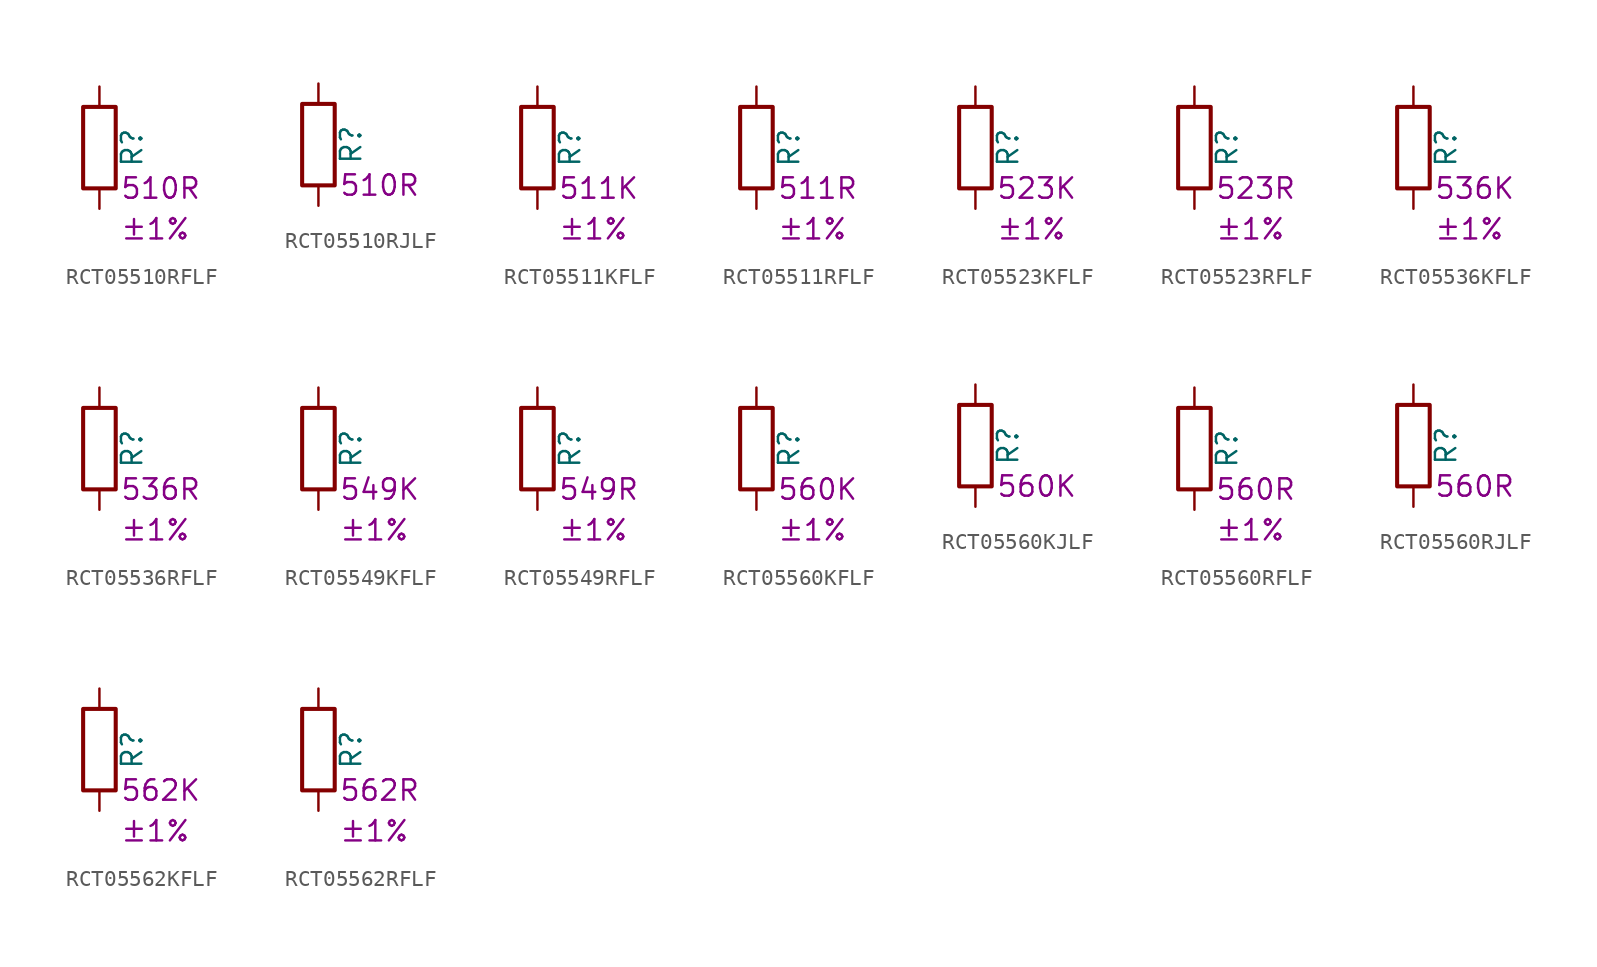
<source format=kicad_sym>
(kicad_symbol_lib
  (version 20220914)
  (generator kicad_symbol_editor)
  (symbol "RCT05510RFLF"
    (pin_numbers hide)
    (pin_names
      (offset 0))
    (property "Reference" "R"
      (at 2.032 0 90)
      (effects (font (size 1.27 1.27))))
    (property "Resistance" "510R"
      (at 1.27 -2.54 0)
      (effects (font (size 1.27 1.27)) (justify left)))
    (property "Tolerance" "±1%"
      (at 1.27 -5.08 0)
      (effects (font (size 1.27 1.27)) (justify left)))
    (symbol "RCT05510RFLF_0_1"
      (rectangle (start -1.016 -2.54) (end 1.016 2.54) (stroke (width 0.254) (type default)) (fill (type none))))
    (symbol "RCT05510RFLF_1_1"
      (pin passive line (at 0 3.81 270) (length 1.27) (name "~" (effects (font (size 1.27 1.27)))) (number "1" (effects (font (size 1.27 1.27)))))
      (pin passive line (at 0 -3.81 90) (length 1.27) (name "~" (effects (font (size 1.27 1.27)))) (number "2" (effects (font (size 1.27 1.27)))))))
  (symbol "RCT05510RJLF"
    (pin_numbers hide)
    (pin_names
      (offset 0))
    (property "Reference" "R"
      (at 2.032 0 90)
      (effects (font (size 1.27 1.27))))
    (property "Resistance" "510R"
      (at 1.27 -2.54 0)
      (effects (font (size 1.27 1.27)) (justify left)))
    (symbol "RCT05510RJLF_0_1"
      (rectangle (start -1.016 -2.54) (end 1.016 2.54) (stroke (width 0.254) (type default)) (fill (type none))))
    (symbol "RCT05510RJLF_1_1"
      (pin passive line (at 0 3.81 270) (length 1.27) (name "~" (effects (font (size 1.27 1.27)))) (number "1" (effects (font (size 1.27 1.27)))))
      (pin passive line (at 0 -3.81 90) (length 1.27) (name "~" (effects (font (size 1.27 1.27)))) (number "2" (effects (font (size 1.27 1.27)))))))
  (symbol "RCT05511KFLF"
    (pin_numbers hide)
    (pin_names
      (offset 0))
    (property "Reference" "R"
      (at 2.032 0 90)
      (effects (font (size 1.27 1.27))))
    (property "Resistance" "511K"
      (at 1.27 -2.54 0)
      (effects (font (size 1.27 1.27)) (justify left)))
    (property "Tolerance" "±1%"
      (at 1.27 -5.08 0)
      (effects (font (size 1.27 1.27)) (justify left)))
    (symbol "RCT05511KFLF_0_1"
      (rectangle (start -1.016 -2.54) (end 1.016 2.54) (stroke (width 0.254) (type default)) (fill (type none))))
    (symbol "RCT05511KFLF_1_1"
      (pin passive line (at 0 3.81 270) (length 1.27) (name "~" (effects (font (size 1.27 1.27)))) (number "1" (effects (font (size 1.27 1.27)))))
      (pin passive line (at 0 -3.81 90) (length 1.27) (name "~" (effects (font (size 1.27 1.27)))) (number "2" (effects (font (size 1.27 1.27)))))))
  (symbol "RCT05511RFLF"
    (pin_numbers hide)
    (pin_names
      (offset 0))
    (property "Reference" "R"
      (at 2.032 0 90)
      (effects (font (size 1.27 1.27))))
    (property "Resistance" "511R"
      (at 1.27 -2.54 0)
      (effects (font (size 1.27 1.27)) (justify left)))
    (property "Tolerance" "±1%"
      (at 1.27 -5.08 0)
      (effects (font (size 1.27 1.27)) (justify left)))
    (symbol "RCT05511RFLF_0_1"
      (rectangle (start -1.016 -2.54) (end 1.016 2.54) (stroke (width 0.254) (type default)) (fill (type none))))
    (symbol "RCT05511RFLF_1_1"
      (pin passive line (at 0 3.81 270) (length 1.27) (name "~" (effects (font (size 1.27 1.27)))) (number "1" (effects (font (size 1.27 1.27)))))
      (pin passive line (at 0 -3.81 90) (length 1.27) (name "~" (effects (font (size 1.27 1.27)))) (number "2" (effects (font (size 1.27 1.27)))))))
  (symbol "RCT05523KFLF"
    (pin_numbers hide)
    (pin_names
      (offset 0))
    (property "Reference" "R"
      (at 2.032 0 90)
      (effects (font (size 1.27 1.27))))
    (property "Resistance" "523K"
      (at 1.27 -2.54 0)
      (effects (font (size 1.27 1.27)) (justify left)))
    (property "Tolerance" "±1%"
      (at 1.27 -5.08 0)
      (effects (font (size 1.27 1.27)) (justify left)))
    (symbol "RCT05523KFLF_0_1"
      (rectangle (start -1.016 -2.54) (end 1.016 2.54) (stroke (width 0.254) (type default)) (fill (type none))))
    (symbol "RCT05523KFLF_1_1"
      (pin passive line (at 0 3.81 270) (length 1.27) (name "~" (effects (font (size 1.27 1.27)))) (number "1" (effects (font (size 1.27 1.27)))))
      (pin passive line (at 0 -3.81 90) (length 1.27) (name "~" (effects (font (size 1.27 1.27)))) (number "2" (effects (font (size 1.27 1.27)))))))
  (symbol "RCT05523RFLF"
    (pin_numbers hide)
    (pin_names
      (offset 0))
    (property "Reference" "R"
      (at 2.032 0 90)
      (effects (font (size 1.27 1.27))))
    (property "Resistance" "523R"
      (at 1.27 -2.54 0)
      (effects (font (size 1.27 1.27)) (justify left)))
    (property "Tolerance" "±1%"
      (at 1.27 -5.08 0)
      (effects (font (size 1.27 1.27)) (justify left)))
    (symbol "RCT05523RFLF_0_1"
      (rectangle (start -1.016 -2.54) (end 1.016 2.54) (stroke (width 0.254) (type default)) (fill (type none))))
    (symbol "RCT05523RFLF_1_1"
      (pin passive line (at 0 3.81 270) (length 1.27) (name "~" (effects (font (size 1.27 1.27)))) (number "1" (effects (font (size 1.27 1.27)))))
      (pin passive line (at 0 -3.81 90) (length 1.27) (name "~" (effects (font (size 1.27 1.27)))) (number "2" (effects (font (size 1.27 1.27)))))))
  (symbol "RCT05536KFLF"
    (pin_numbers hide)
    (pin_names
      (offset 0))
    (property "Reference" "R"
      (at 2.032 0 90)
      (effects (font (size 1.27 1.27))))
    (property "Resistance" "536K"
      (at 1.27 -2.54 0)
      (effects (font (size 1.27 1.27)) (justify left)))
    (property "Tolerance" "±1%"
      (at 1.27 -5.08 0)
      (effects (font (size 1.27 1.27)) (justify left)))
    (symbol "RCT05536KFLF_0_1"
      (rectangle (start -1.016 -2.54) (end 1.016 2.54) (stroke (width 0.254) (type default)) (fill (type none))))
    (symbol "RCT05536KFLF_1_1"
      (pin passive line (at 0 3.81 270) (length 1.27) (name "~" (effects (font (size 1.27 1.27)))) (number "1" (effects (font (size 1.27 1.27)))))
      (pin passive line (at 0 -3.81 90) (length 1.27) (name "~" (effects (font (size 1.27 1.27)))) (number "2" (effects (font (size 1.27 1.27)))))))
  (symbol "RCT05536RFLF"
    (pin_numbers hide)
    (pin_names
      (offset 0))
    (property "Reference" "R"
      (at 2.032 0 90)
      (effects (font (size 1.27 1.27))))
    (property "Resistance" "536R"
      (at 1.27 -2.54 0)
      (effects (font (size 1.27 1.27)) (justify left)))
    (property "Tolerance" "±1%"
      (at 1.27 -5.08 0)
      (effects (font (size 1.27 1.27)) (justify left)))
    (symbol "RCT05536RFLF_0_1"
      (rectangle (start -1.016 -2.54) (end 1.016 2.54) (stroke (width 0.254) (type default)) (fill (type none))))
    (symbol "RCT05536RFLF_1_1"
      (pin passive line (at 0 3.81 270) (length 1.27) (name "~" (effects (font (size 1.27 1.27)))) (number "1" (effects (font (size 1.27 1.27)))))
      (pin passive line (at 0 -3.81 90) (length 1.27) (name "~" (effects (font (size 1.27 1.27)))) (number "2" (effects (font (size 1.27 1.27)))))))
  (symbol "RCT05549KFLF"
    (pin_numbers hide)
    (pin_names
      (offset 0))
    (property "Reference" "R"
      (at 2.032 0 90)
      (effects (font (size 1.27 1.27))))
    (property "Resistance" "549K"
      (at 1.27 -2.54 0)
      (effects (font (size 1.27 1.27)) (justify left)))
    (property "Tolerance" "±1%"
      (at 1.27 -5.08 0)
      (effects (font (size 1.27 1.27)) (justify left)))
    (symbol "RCT05549KFLF_0_1"
      (rectangle (start -1.016 -2.54) (end 1.016 2.54) (stroke (width 0.254) (type default)) (fill (type none))))
    (symbol "RCT05549KFLF_1_1"
      (pin passive line (at 0 3.81 270) (length 1.27) (name "~" (effects (font (size 1.27 1.27)))) (number "1" (effects (font (size 1.27 1.27)))))
      (pin passive line (at 0 -3.81 90) (length 1.27) (name "~" (effects (font (size 1.27 1.27)))) (number "2" (effects (font (size 1.27 1.27)))))))
  (symbol "RCT05549RFLF"
    (pin_numbers hide)
    (pin_names
      (offset 0))
    (property "Reference" "R"
      (at 2.032 0 90)
      (effects (font (size 1.27 1.27))))
    (property "Resistance" "549R"
      (at 1.27 -2.54 0)
      (effects (font (size 1.27 1.27)) (justify left)))
    (property "Tolerance" "±1%"
      (at 1.27 -5.08 0)
      (effects (font (size 1.27 1.27)) (justify left)))
    (symbol "RCT05549RFLF_0_1"
      (rectangle (start -1.016 -2.54) (end 1.016 2.54) (stroke (width 0.254) (type default)) (fill (type none))))
    (symbol "RCT05549RFLF_1_1"
      (pin passive line (at 0 3.81 270) (length 1.27) (name "~" (effects (font (size 1.27 1.27)))) (number "1" (effects (font (size 1.27 1.27)))))
      (pin passive line (at 0 -3.81 90) (length 1.27) (name "~" (effects (font (size 1.27 1.27)))) (number "2" (effects (font (size 1.27 1.27)))))))
  (symbol "RCT05560KFLF"
    (pin_numbers hide)
    (pin_names
      (offset 0))
    (property "Reference" "R"
      (at 2.032 0 90)
      (effects (font (size 1.27 1.27))))
    (property "Resistance" "560K"
      (at 1.27 -2.54 0)
      (effects (font (size 1.27 1.27)) (justify left)))
    (property "Tolerance" "±1%"
      (at 1.27 -5.08 0)
      (effects (font (size 1.27 1.27)) (justify left)))
    (symbol "RCT05560KFLF_0_1"
      (rectangle (start -1.016 -2.54) (end 1.016 2.54) (stroke (width 0.254) (type default)) (fill (type none))))
    (symbol "RCT05560KFLF_1_1"
      (pin passive line (at 0 3.81 270) (length 1.27) (name "~" (effects (font (size 1.27 1.27)))) (number "1" (effects (font (size 1.27 1.27)))))
      (pin passive line (at 0 -3.81 90) (length 1.27) (name "~" (effects (font (size 1.27 1.27)))) (number "2" (effects (font (size 1.27 1.27)))))))
  (symbol "RCT05560KJLF"
    (pin_numbers hide)
    (pin_names
      (offset 0))
    (property "Reference" "R"
      (at 2.032 0 90)
      (effects (font (size 1.27 1.27))))
    (property "Resistance" "560K"
      (at 1.27 -2.54 0)
      (effects (font (size 1.27 1.27)) (justify left)))
    (symbol "RCT05560KJLF_0_1"
      (rectangle (start -1.016 -2.54) (end 1.016 2.54) (stroke (width 0.254) (type default)) (fill (type none))))
    (symbol "RCT05560KJLF_1_1"
      (pin passive line (at 0 3.81 270) (length 1.27) (name "~" (effects (font (size 1.27 1.27)))) (number "1" (effects (font (size 1.27 1.27)))))
      (pin passive line (at 0 -3.81 90) (length 1.27) (name "~" (effects (font (size 1.27 1.27)))) (number "2" (effects (font (size 1.27 1.27)))))))
  (symbol "RCT05560RFLF"
    (pin_numbers hide)
    (pin_names
      (offset 0))
    (property "Reference" "R"
      (at 2.032 0 90)
      (effects (font (size 1.27 1.27))))
    (property "Resistance" "560R"
      (at 1.27 -2.54 0)
      (effects (font (size 1.27 1.27)) (justify left)))
    (property "Tolerance" "±1%"
      (at 1.27 -5.08 0)
      (effects (font (size 1.27 1.27)) (justify left)))
    (symbol "RCT05560RFLF_0_1"
      (rectangle (start -1.016 -2.54) (end 1.016 2.54) (stroke (width 0.254) (type default)) (fill (type none))))
    (symbol "RCT05560RFLF_1_1"
      (pin passive line (at 0 3.81 270) (length 1.27) (name "~" (effects (font (size 1.27 1.27)))) (number "1" (effects (font (size 1.27 1.27)))))
      (pin passive line (at 0 -3.81 90) (length 1.27) (name "~" (effects (font (size 1.27 1.27)))) (number "2" (effects (font (size 1.27 1.27)))))))
  (symbol "RCT05560RJLF"
    (pin_numbers hide)
    (pin_names
      (offset 0))
    (property "Reference" "R"
      (at 2.032 0 90)
      (effects (font (size 1.27 1.27))))
    (property "Resistance" "560R"
      (at 1.27 -2.54 0)
      (effects (font (size 1.27 1.27)) (justify left)))
    (symbol "RCT05560RJLF_0_1"
      (rectangle (start -1.016 -2.54) (end 1.016 2.54) (stroke (width 0.254) (type default)) (fill (type none))))
    (symbol "RCT05560RJLF_1_1"
      (pin passive line (at 0 3.81 270) (length 1.27) (name "~" (effects (font (size 1.27 1.27)))) (number "1" (effects (font (size 1.27 1.27)))))
      (pin passive line (at 0 -3.81 90) (length 1.27) (name "~" (effects (font (size 1.27 1.27)))) (number "2" (effects (font (size 1.27 1.27)))))))
  (symbol "RCT05562KFLF"
    (pin_numbers hide)
    (pin_names
      (offset 0))
    (property "Reference" "R"
      (at 2.032 0 90)
      (effects (font (size 1.27 1.27))))
    (property "Resistance" "562K"
      (at 1.27 -2.54 0)
      (effects (font (size 1.27 1.27)) (justify left)))
    (property "Tolerance" "±1%"
      (at 1.27 -5.08 0)
      (effects (font (size 1.27 1.27)) (justify left)))
    (symbol "RCT05562KFLF_0_1"
      (rectangle (start -1.016 -2.54) (end 1.016 2.54) (stroke (width 0.254) (type default)) (fill (type none))))
    (symbol "RCT05562KFLF_1_1"
      (pin passive line (at 0 3.81 270) (length 1.27) (name "~" (effects (font (size 1.27 1.27)))) (number "1" (effects (font (size 1.27 1.27)))))
      (pin passive line (at 0 -3.81 90) (length 1.27) (name "~" (effects (font (size 1.27 1.27)))) (number "2" (effects (font (size 1.27 1.27)))))))
  (symbol "RCT05562RFLF"
    (pin_numbers hide)
    (pin_names
      (offset 0))
    (property "Reference" "R"
      (at 2.032 0 90)
      (effects (font (size 1.27 1.27))))
    (property "Resistance" "562R"
      (at 1.27 -2.54 0)
      (effects (font (size 1.27 1.27)) (justify left)))
    (property "Tolerance" "±1%"
      (at 1.27 -5.08 0)
      (effects (font (size 1.27 1.27)) (justify left)))
    (symbol "RCT05562RFLF_0_1"
      (rectangle (start -1.016 -2.54) (end 1.016 2.54) (stroke (width 0.254) (type default)) (fill (type none))))
    (symbol "RCT05562RFLF_1_1"
      (pin passive line (at 0 3.81 270) (length 1.27) (name "~" (effects (font (size 1.27 1.27)))) (number "1" (effects (font (size 1.27 1.27)))))
      (pin passive line (at 0 -3.81 90) (length 1.27) (name "~" (effects (font (size 1.27 1.27)))) (number "2" (effects (font (size 1.27 1.27))))))))
</source>
